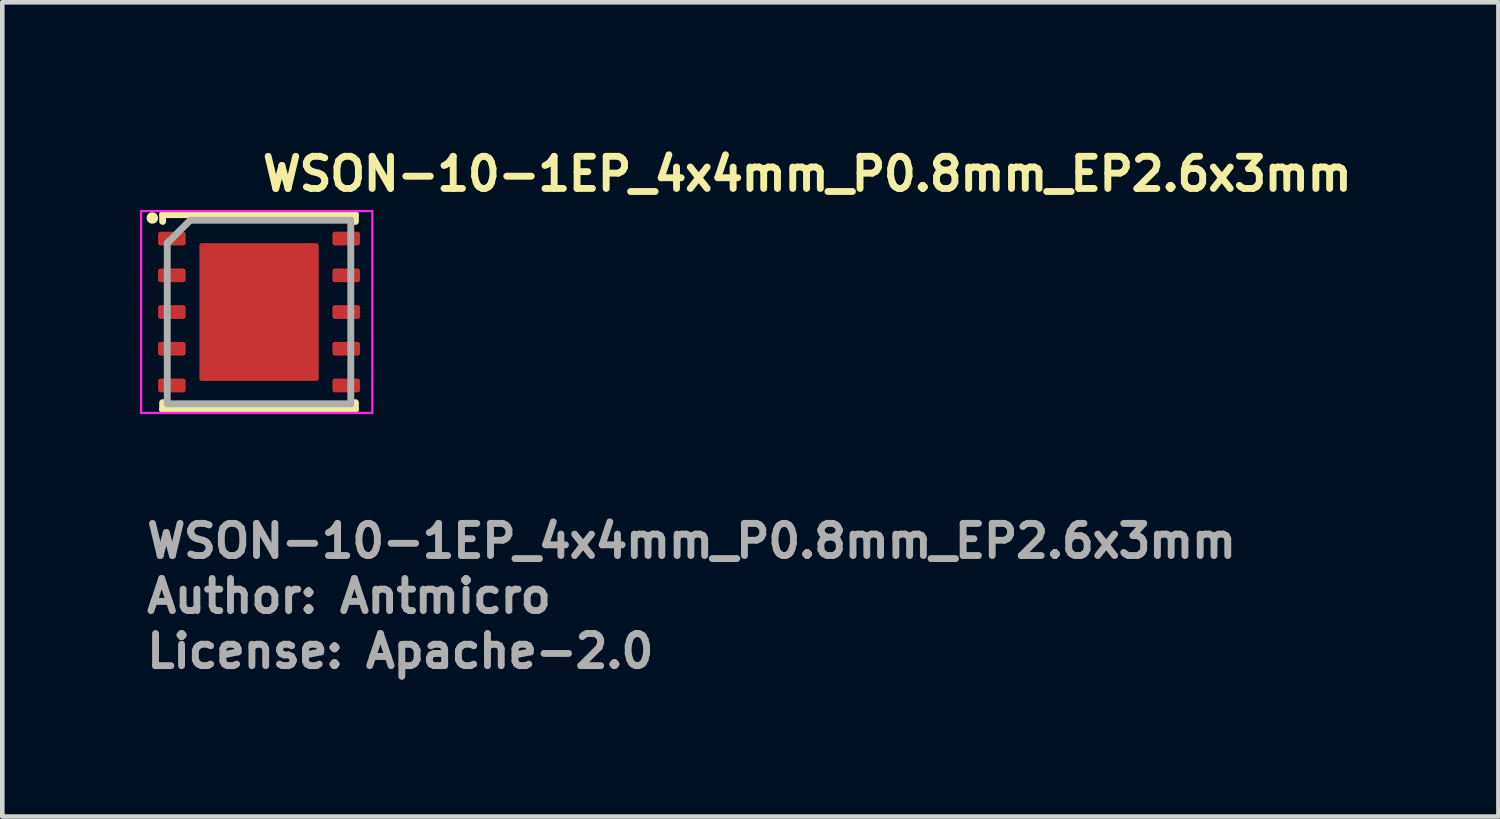
<source format=kicad_pcb>
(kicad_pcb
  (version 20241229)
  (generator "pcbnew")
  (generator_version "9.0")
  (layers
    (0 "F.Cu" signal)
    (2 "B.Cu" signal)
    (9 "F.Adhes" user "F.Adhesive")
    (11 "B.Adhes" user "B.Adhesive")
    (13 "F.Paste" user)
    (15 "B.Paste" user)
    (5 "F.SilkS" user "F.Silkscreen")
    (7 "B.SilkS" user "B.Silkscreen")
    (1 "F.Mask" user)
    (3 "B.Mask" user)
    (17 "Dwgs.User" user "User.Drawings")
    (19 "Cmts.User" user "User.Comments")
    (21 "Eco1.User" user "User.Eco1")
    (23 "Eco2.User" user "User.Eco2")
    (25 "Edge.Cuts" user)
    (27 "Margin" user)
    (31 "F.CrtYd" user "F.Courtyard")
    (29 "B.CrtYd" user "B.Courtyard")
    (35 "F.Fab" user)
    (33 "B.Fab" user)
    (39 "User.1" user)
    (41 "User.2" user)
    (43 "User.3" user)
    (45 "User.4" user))
  (footprint "WSON-10-1EP_4x4mm_P0.8mm_EP2.6x3mm"
    (layer "F.Cu")
    (at 2.595 3.75)
    (property "Reference" "WSON-10-1EP_4x4mm_P0.8mm_EP2.6x3mm" (at 0 -2.6 180) (layer "F.SilkS") (effects (font (size 0.7 0.7) (thickness 0.15)) (justify left bottom)))
    (attr smd)
    (fp_line (start -2.1 -2.123) (end -2.1 -1.975) (stroke (width 0.15) (type solid)) (layer "F.SilkS"))
    (fp_line (start -2.1 -2.123) (end 2.1 -2.123) (stroke (width 0.15) (type solid)) (layer "F.SilkS"))
    (fp_line (start -2.1 2.123) (end -2.1 1.975) (stroke (width 0.15) (type solid)) (layer "F.SilkS"))
    (fp_line (start 2.1 -2.123) (end 2.1 -1.975) (stroke (width 0.15) (type solid)) (layer "F.SilkS"))
    (fp_line (start 2.1 2.122) (end -2.1 2.122) (stroke (width 0.15) (type solid)) (layer "F.SilkS"))
    (fp_line (start 2.1 2.122) (end 2.1 1.975) (stroke (width 0.15) (type solid)) (layer "F.SilkS"))
    (fp_circle (center -2.325 -2.05) (end -2.275 -2.05) (stroke (width 0.15) (type solid)) (fill yes) (layer "F.SilkS"))
    (fp_rect (start -2.57 -2.2) (end 2.469 2.2) (stroke (width 0.05) (type solid)) (fill no) (layer "F.CrtYd"))
    (fp_line (start -2 -1.5) (end -1.5 -2) (stroke (width 0.15) (type solid)) (layer "F.Fab"))
    (fp_line (start -2 2) (end -2 -1.5) (stroke (width 0.15) (type solid)) (layer "F.Fab"))
    (fp_line (start -1.5 -2) (end 2 -2) (stroke (width 0.15) (type solid)) (layer "F.Fab"))
    (fp_line (start 2 -2) (end 2 2) (stroke (width 0.15) (type solid)) (layer "F.Fab"))
    (fp_line (start 2 2) (end -2 2) (stroke (width 0.15) (type solid)) (layer "F.Fab"))
    (fp_rect (start -2.02 -2) (end 2.02 2) (stroke (width 0.15) (type solid)) (fill no) (layer "User.5"))
    (fp_line (start -2.02 -1.75) (end -2.02 -1.45) (stroke (width 0.02) (type solid)) (layer "User.9"))
    (fp_line (start -2.02 -0.951) (end -2.02 -0.651) (stroke (width 0.02) (type solid)) (layer "User.9"))
    (fp_line (start -2.02 -0.15) (end -2.02 0.149) (stroke (width 0.02) (type solid)) (layer "User.9"))
    (fp_line (start -2.02 0.65) (end -2.02 0.95) (stroke (width 0.02) (type solid)) (layer "User.9"))
    (fp_line (start -2.02 1.449) (end -2.02 1.749) (stroke (width 0.02) (type solid)) (layer "User.9"))
    (fp_line (start -2 -1.75) (end -2.02 -1.75) (stroke (width 0.02) (type solid)) (layer "User.9"))
    (fp_line (start -2 -1.45) (end -2.02 -1.45) (stroke (width 0.02) (type solid)) (layer "User.9"))
    (fp_line (start -2 -0.951) (end -2.02 -0.951) (stroke (width 0.02) (type solid)) (layer "User.9"))
    (fp_line (start -2 -0.651) (end -2.02 -0.651) (stroke (width 0.02) (type solid)) (layer "User.9"))
    (fp_line (start -2 -0.15) (end -2.02 -0.15) (stroke (width 0.02) (type solid)) (layer "User.9"))
    (fp_line (start -2 0.149) (end -2.02 0.149) (stroke (width 0.02) (type solid)) (layer "User.9"))
    (fp_line (start -2 0.65) (end -2.02 0.65) (stroke (width 0.02) (type solid)) (layer "User.9"))
    (fp_line (start -2 0.95) (end -2.02 0.95) (stroke (width 0.02) (type solid)) (layer "User.9"))
    (fp_line (start -2 1.449) (end -2.02 1.449) (stroke (width 0.02) (type solid)) (layer "User.9"))
    (fp_line (start -2 1.749) (end -2.02 1.749) (stroke (width 0.02) (type solid)) (layer "User.9"))
    (fp_line (start 1.999 -1.75) (end 2.019 -1.75) (stroke (width 0.02) (type solid)) (layer "User.9"))
    (fp_line (start 1.999 -1.45) (end 2.019 -1.45) (stroke (width 0.02) (type solid)) (layer "User.9"))
    (fp_line (start 1.999 -0.951) (end 2.019 -0.951) (stroke (width 0.02) (type solid)) (layer "User.9"))
    (fp_line (start 1.999 -0.651) (end 2.019 -0.651) (stroke (width 0.02) (type solid)) (layer "User.9"))
    (fp_line (start 1.999 -0.15) (end 2.019 -0.15) (stroke (width 0.02) (type solid)) (layer "User.9"))
    (fp_line (start 1.999 0.149) (end 2.019 0.149) (stroke (width 0.02) (type solid)) (layer "User.9"))
    (fp_line (start 1.999 0.95) (end 2.019 0.95) (stroke (width 0.02) (type solid)) (layer "User.9"))
    (fp_line (start 1.999 1.449) (end 2.019 1.449) (stroke (width 0.02) (type solid)) (layer "User.9"))
    (fp_line (start 1.999 1.749) (end 2.019 1.749) (stroke (width 0.02) (type solid)) (layer "User.9"))
    (fp_line (start 2.019 -1.45) (end 2.019 -1.75) (stroke (width 0.02) (type solid)) (layer "User.9"))
    (fp_line (start 2.019 -0.651) (end 2.019 -0.951) (stroke (width 0.02) (type solid)) (layer "User.9"))
    (fp_line (start 2.019 0.149) (end 2.019 -0.15) (stroke (width 0.02) (type solid)) (layer "User.9"))
    (fp_line (start 2.019 0.65) (end 1.999 0.65) (stroke (width 0.02) (type solid)) (layer "User.9"))
    (fp_line (start 2.019 0.95) (end 2.019 0.65) (stroke (width 0.02) (type solid)) (layer "User.9"))
    (fp_line (start 2.019 1.749) (end 2.019 1.449) (stroke (width 0.02) (type solid)) (layer "User.9"))
    (fp_rect (start -2 -2) (end 2 2) (stroke (width 0.02) (type solid)) (fill no) (layer "User.9"))
    (fp_circle (center -1.498 -1.551) (end -1.36 -1.555) (stroke (width 0.02) (type solid)) (fill no) (layer "User.9"))
    (fp_text user "License: Apache-2.0" (at -2.52 7.8 0) (layer "F.Fab") (effects (font (size 0.7 0.7) (thickness 0.15)) (justify left bottom)))
    (fp_text user "Author: Antmicro" (at -2.52 6.6 0) (layer "F.Fab") (effects (font (size 0.7 0.7) (thickness 0.15)) (justify left bottom)))
    (fp_text user "${REFERENCE}" (at -2.52 5.4 0) (layer "F.Fab") (effects (font (size 0.7 0.7) (thickness 0.15)) (justify left bottom)))
    (pad "1" smd roundrect (at -1.9 -1.6 90) (size 0.3 0.6) (layers "F.Cu" "F.Mask" "F.Paste") (roundrect_rratio 0.167))
    (pad "2" smd roundrect (at -1.9 -0.8 90) (size 0.3 0.6) (layers "F.Cu" "F.Mask" "F.Paste") (roundrect_rratio 0.167))
    (pad "3" smd roundrect (at -1.9 0 90) (size 0.3 0.6) (layers "F.Cu" "F.Mask" "F.Paste") (roundrect_rratio 0.167))
    (pad "4" smd roundrect (at -1.9 0.8 90) (size 0.3 0.6) (layers "F.Cu" "F.Mask" "F.Paste") (roundrect_rratio 0.167))
    (pad "5" smd roundrect (at -1.9 1.6 90) (size 0.3 0.6) (layers "F.Cu" "F.Mask" "F.Paste") (roundrect_rratio 0.167))
    (pad "6" smd roundrect (at 1.9 1.6 90) (size 0.3 0.6) (layers "F.Cu" "F.Mask" "F.Paste") (roundrect_rratio 0.167))
    (pad "7" smd roundrect (at 1.9 0.8 90) (size 0.3 0.6) (layers "F.Cu" "F.Mask" "F.Paste") (roundrect_rratio 0.167))
    (pad "8" smd roundrect (at 1.9 0 90) (size 0.3 0.6) (layers "F.Cu" "F.Mask" "F.Paste") (roundrect_rratio 0.167))
    (pad "9" smd roundrect (at 1.9 -0.8 90) (size 0.3 0.6) (layers "F.Cu" "F.Mask" "F.Paste") (roundrect_rratio 0.167))
    (pad "10" smd roundrect (at 1.9 -1.6 90) (size 0.3 0.6) (layers "F.Cu" "F.Mask" "F.Paste") (roundrect_rratio 0.167))
    (pad "11" smd roundrect (at 0 0) (size 2.6 3) (layers "F.Cu" "F.Mask" "F.Paste") (roundrect_rratio 0.019)))
  (gr_rect
    (start -3 -3)
    (end 29.605 14.745)
    (stroke (width 0.1) (type default))
    (fill no)
    (layer "Edge.Cuts")))
</source>
